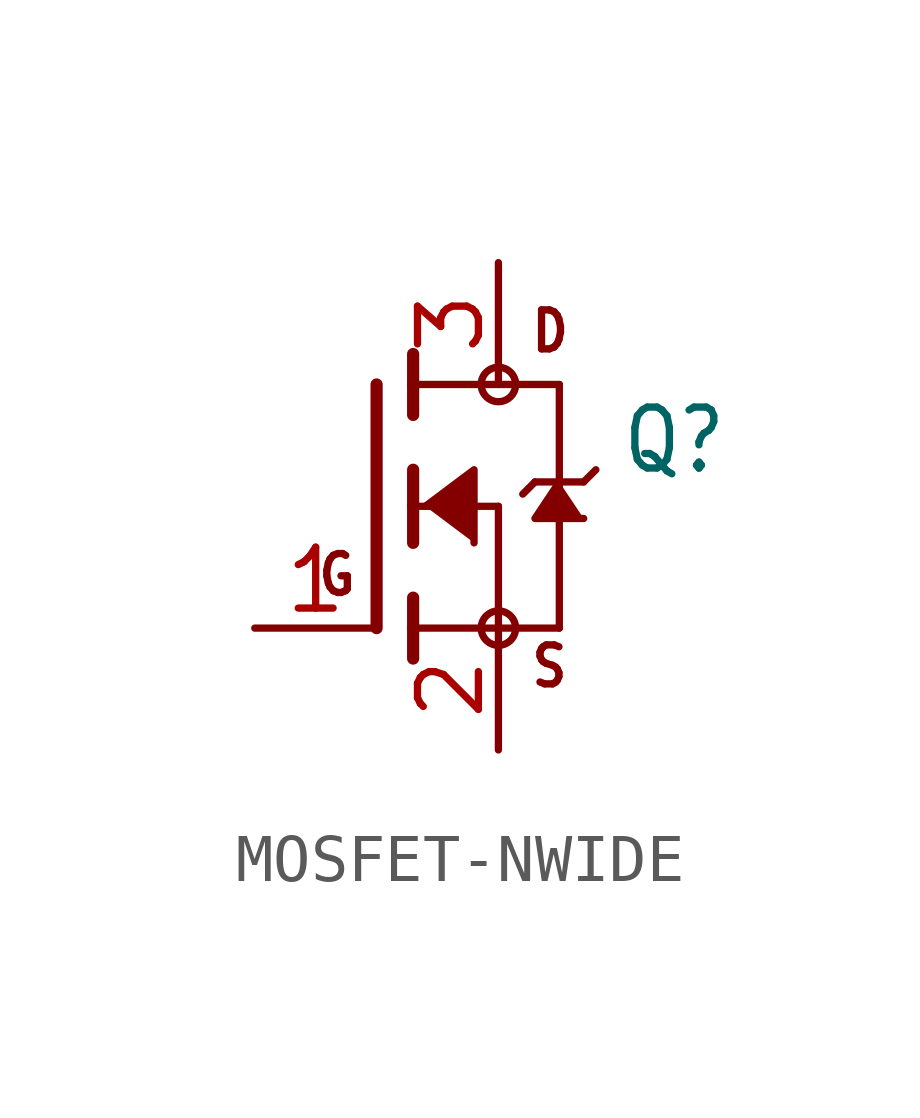
<source format=kicad_sym>
(kicad_symbol_lib
  (version 20220914)
  (generator kicad_symbol_editor)
  (symbol "MOSFET-NWIDE"
    (property "Reference" "Q"
      (at 5.08 0.635 0)
      (effects (font (size 1.27 1.079)) (justify left bottom)))
    (property "Value" ""
      (at 5.08 -1.27 0)
      (effects (font (size 1.27 1.079)) (justify left bottom)))
    (property "ki_locked" ""
      (at 0 0 0)
      (effects (font (size 1.27 1.27))))
    (symbol "MOSFET-NWIDE_1_0"
      (polyline (pts (xy 0 2.54) (xy 0 -2.54)) (stroke (width 0.254) (type solid)) (fill (type none)))
      (polyline (pts (xy 0.762 -2.54) (xy 0.762 -3.175)) (stroke (width 0.254) (type solid)) (fill (type none)))
      (polyline (pts (xy 0.762 -1.905) (xy 0.762 -2.54)) (stroke (width 0.254) (type solid)) (fill (type none)))
      (polyline (pts (xy 0.762 0) (xy 0.762 -0.762)) (stroke (width 0.254) (type solid)) (fill (type none)))
      (polyline (pts (xy 0.762 0) (xy 2.54 0)) (stroke (width 0.152) (type solid)) (fill (type none)))
      (polyline (pts (xy 0.762 0.762) (xy 0.762 0)) (stroke (width 0.254) (type solid)) (fill (type none)))
      (polyline (pts (xy 0.762 2.54) (xy 0.762 1.905)) (stroke (width 0.254) (type solid)) (fill (type none)))
      (polyline (pts (xy 0.762 2.54) (xy 3.81 2.54)) (stroke (width 0.152) (type solid)) (fill (type none)))
      (polyline (pts (xy 0.762 3.175) (xy 0.762 2.54)) (stroke (width 0.254) (type solid)) (fill (type none)))
      (polyline (pts (xy 2.54 -2.54) (xy 0.762 -2.54)) (stroke (width 0.152) (type solid)) (fill (type none)))
      (polyline (pts (xy 2.54 -2.54) (xy 3.81 -2.54)) (stroke (width 0.152) (type solid)) (fill (type none)))
      (polyline (pts (xy 2.54 0) (xy 2.54 -2.54)) (stroke (width 0.152) (type solid)) (fill (type none)))
      (polyline (pts (xy 3.302 0.508) (xy 3.048 0.254)) (stroke (width 0.152) (type solid)) (fill (type none)))
      (polyline (pts (xy 3.81 0.508) (xy 3.302 0.508)) (stroke (width 0.152) (type solid)) (fill (type none)))
      (polyline (pts (xy 3.81 0.508) (xy 3.81 -2.54)) (stroke (width 0.152) (type solid)) (fill (type none)))
      (polyline (pts (xy 3.81 2.54) (xy 3.81 0.508)) (stroke (width 0.152) (type solid)) (fill (type none)))
      (polyline (pts (xy 4.318 0.508) (xy 3.81 0.508)) (stroke (width 0.152) (type solid)) (fill (type none)))
      (polyline (pts (xy 4.572 0.762) (xy 4.318 0.508)) (stroke (width 0.152) (type solid)) (fill (type none)))
      (polyline (pts (xy 1.016 0) (xy 2.032 0.762) (xy 2.032 -0.762)) (stroke (width 0) (type default)) (fill (type outline)))
      (polyline (pts (xy 3.81 0.508) (xy 3.302 -0.254) (xy 4.318 -0.254)) (stroke (width 0) (type default)) (fill (type outline)))
      (circle (center 2.54 -2.54) (radius 0.359) (stroke (width 0) (type solid)) (fill (type none)))
      (circle (center 2.54 2.54) (radius 0.359) (stroke (width 0) (type solid)) (fill (type none)))
      (text "D" (at 3.175 3.175 0) (effects (font (size 0.813 0.691)) (justify left bottom)))
      (text "G" (at -1.27 -1.905 0) (effects (font (size 0.813 0.691)) (justify left bottom)))
      (text "S" (at 3.175 -3.81 0) (effects (font (size 0.813 0.691)) (justify left bottom)))
      (pin bidirectional line (at -2.54 -2.54 0) (length 2.54) (name "G" (effects (font (size 0 0)))) (number "1" (effects (font (size 1.27 1.27)))))
      (pin bidirectional line (at 2.54 -5.08 90) (length 2.54) (name "S" (effects (font (size 0 0)))) (number "2" (effects (font (size 1.27 1.27)))))
      (pin bidirectional line (at 2.54 5.08 270) (length 2.54) (name "D" (effects (font (size 0 0)))) (number "3" (effects (font (size 1.27 1.27))))))))
</source>
